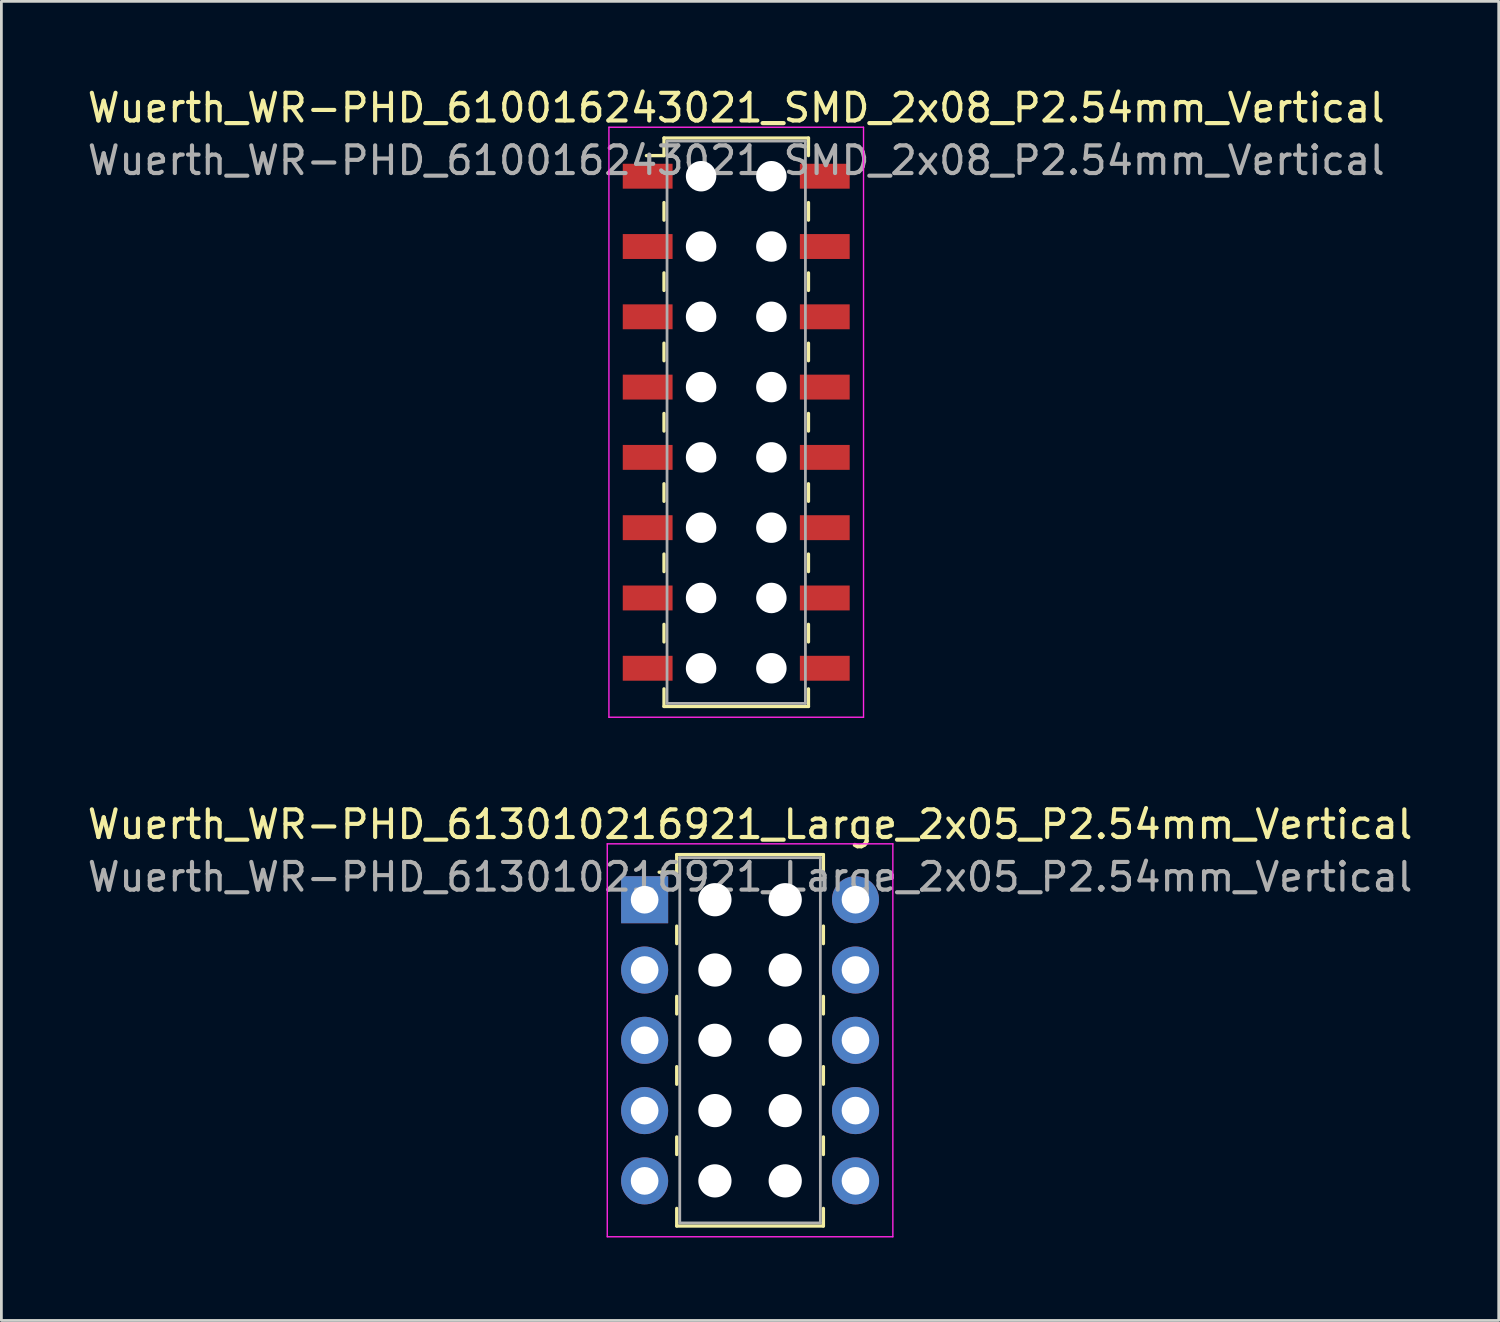
<source format=kicad_pcb>
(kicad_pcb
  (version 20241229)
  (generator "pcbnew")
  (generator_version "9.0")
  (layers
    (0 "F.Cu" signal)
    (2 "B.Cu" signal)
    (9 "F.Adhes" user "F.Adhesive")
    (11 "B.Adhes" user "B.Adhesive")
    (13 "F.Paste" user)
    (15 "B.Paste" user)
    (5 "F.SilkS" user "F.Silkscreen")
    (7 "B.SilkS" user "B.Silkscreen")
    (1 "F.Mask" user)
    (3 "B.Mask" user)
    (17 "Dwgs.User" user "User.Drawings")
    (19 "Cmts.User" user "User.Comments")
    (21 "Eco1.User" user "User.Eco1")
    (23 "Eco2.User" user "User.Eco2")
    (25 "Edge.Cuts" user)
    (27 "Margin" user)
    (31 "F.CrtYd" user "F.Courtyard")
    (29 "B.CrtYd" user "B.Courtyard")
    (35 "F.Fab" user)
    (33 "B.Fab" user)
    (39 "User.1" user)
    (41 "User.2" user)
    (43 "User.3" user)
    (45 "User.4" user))
  (footprint "Wuerth_WR-PHD_610016243021_SMD_2x08_P2.54mm_Vertical"
    (layer "F.Cu")
    (at 23.554 12.208)
    (property "Reference" "Wuerth_WR-PHD_610016243021_SMD_2x08_P2.54mm_Vertical" (at 0 -11.36 0) (layer "F.SilkS") (effects (font (size 1 1) (thickness 0.15))))
    (attr smd)
    (fp_line (start -2.61 -10.27) (end -2.61 -9.635) (stroke (width 0.12) (type solid)) (layer "F.SilkS"))
    (fp_line (start -2.61 -10.27) (end 2.61 -10.27) (stroke (width 0.12) (type solid)) (layer "F.SilkS"))
    (fp_line (start -2.61 -9.635) (end -3.245 -9.635) (stroke (width 0.12) (type solid)) (layer "F.SilkS"))
    (fp_line (start -2.61 -7.938) (end -2.61 -7.303) (stroke (width 0.12) (type solid)) (layer "F.SilkS"))
    (fp_line (start -2.61 -5.397) (end -2.61 -4.763) (stroke (width 0.12) (type solid)) (layer "F.SilkS"))
    (fp_line (start -2.61 -2.857) (end -2.61 -2.223) (stroke (width 0.12) (type solid)) (layer "F.SilkS"))
    (fp_line (start -2.61 -0.318) (end -2.61 0.318) (stroke (width 0.12) (type solid)) (layer "F.SilkS"))
    (fp_line (start -2.61 2.223) (end -2.61 2.857) (stroke (width 0.12) (type solid)) (layer "F.SilkS"))
    (fp_line (start -2.61 4.763) (end -2.61 5.397) (stroke (width 0.12) (type solid)) (layer "F.SilkS"))
    (fp_line (start -2.61 7.303) (end -2.61 7.938) (stroke (width 0.12) (type solid)) (layer "F.SilkS"))
    (fp_line (start -2.61 10.27) (end -2.61 9.635) (stroke (width 0.12) (type solid)) (layer "F.SilkS"))
    (fp_line (start -2.61 10.27) (end 2.61 10.27) (stroke (width 0.12) (type solid)) (layer "F.SilkS"))
    (fp_line (start 2.61 -10.27) (end 2.61 -9.635) (stroke (width 0.12) (type solid)) (layer "F.SilkS"))
    (fp_line (start 2.61 -7.938) (end 2.61 -7.303) (stroke (width 0.12) (type solid)) (layer "F.SilkS"))
    (fp_line (start 2.61 -5.397) (end 2.61 -4.763) (stroke (width 0.12) (type solid)) (layer "F.SilkS"))
    (fp_line (start 2.61 -2.857) (end 2.61 -2.223) (stroke (width 0.12) (type solid)) (layer "F.SilkS"))
    (fp_line (start 2.61 -0.318) (end 2.61 0.318) (stroke (width 0.12) (type solid)) (layer "F.SilkS"))
    (fp_line (start 2.61 2.223) (end 2.61 2.857) (stroke (width 0.12) (type solid)) (layer "F.SilkS"))
    (fp_line (start 2.61 4.763) (end 2.61 5.397) (stroke (width 0.12) (type solid)) (layer "F.SilkS"))
    (fp_line (start 2.61 7.303) (end 2.61 7.938) (stroke (width 0.12) (type solid)) (layer "F.SilkS"))
    (fp_line (start 2.61 10.27) (end 2.61 9.635) (stroke (width 0.12) (type solid)) (layer "F.SilkS"))
    (fp_line (start -4.6 -10.66) (end -4.6 10.66) (stroke (width 0.05) (type solid)) (layer "F.CrtYd"))
    (fp_line (start -4.6 10.66) (end 4.6 10.66) (stroke (width 0.05) (type solid)) (layer "F.CrtYd"))
    (fp_line (start 4.6 -10.66) (end -4.6 -10.66) (stroke (width 0.05) (type solid)) (layer "F.CrtYd"))
    (fp_line (start 4.6 10.66) (end 4.6 -10.66) (stroke (width 0.05) (type solid)) (layer "F.CrtYd"))
    (fp_line (start -2.5 -10.16) (end -2.5 10.16) (stroke (width 0.1) (type solid)) (layer "F.Fab"))
    (fp_line (start -2.5 10.16) (end 2.5 10.16) (stroke (width 0.1) (type solid)) (layer "F.Fab"))
    (fp_line (start 2.5 -10.16) (end -2.5 -10.16) (stroke (width 0.1) (type solid)) (layer "F.Fab"))
    (fp_line (start 2.5 10.16) (end 2.5 -10.16) (stroke (width 0.1) (type solid)) (layer "F.Fab"))
    (fp_text user "${REFERENCE}" (at 0 -9.46 0) (layer "F.Fab") (effects (font (size 1 1) (thickness 0.15))))
    (pad "" np_thru_hole circle (at -1.27 -8.89) (size 1.1 1.1) (drill 1.1) (layers "*.Cu" "*.Mask"))
    (pad "" np_thru_hole circle (at -1.27 -6.35) (size 1.1 1.1) (drill 1.1) (layers "*.Cu" "*.Mask"))
    (pad "" np_thru_hole circle (at -1.27 -3.81) (size 1.1 1.1) (drill 1.1) (layers "*.Cu" "*.Mask"))
    (pad "" np_thru_hole circle (at -1.27 -1.27) (size 1.1 1.1) (drill 1.1) (layers "*.Cu" "*.Mask"))
    (pad "" np_thru_hole circle (at -1.27 1.27) (size 1.1 1.1) (drill 1.1) (layers "*.Cu" "*.Mask"))
    (pad "" np_thru_hole circle (at -1.27 3.81) (size 1.1 1.1) (drill 1.1) (layers "*.Cu" "*.Mask"))
    (pad "" np_thru_hole circle (at -1.27 6.35) (size 1.1 1.1) (drill 1.1) (layers "*.Cu" "*.Mask"))
    (pad "" np_thru_hole circle (at -1.27 8.89) (size 1.1 1.1) (drill 1.1) (layers "*.Cu" "*.Mask"))
    (pad "" np_thru_hole circle (at 1.27 -8.89) (size 1.1 1.1) (drill 1.1) (layers "*.Cu" "*.Mask"))
    (pad "" np_thru_hole circle (at 1.27 -6.35) (size 1.1 1.1) (drill 1.1) (layers "*.Cu" "*.Mask"))
    (pad "" np_thru_hole circle (at 1.27 -3.81) (size 1.1 1.1) (drill 1.1) (layers "*.Cu" "*.Mask"))
    (pad "" np_thru_hole circle (at 1.27 -1.27) (size 1.1 1.1) (drill 1.1) (layers "*.Cu" "*.Mask"))
    (pad "" np_thru_hole circle (at 1.27 1.27) (size 1.1 1.1) (drill 1.1) (layers "*.Cu" "*.Mask"))
    (pad "" np_thru_hole circle (at 1.27 3.81) (size 1.1 1.1) (drill 1.1) (layers "*.Cu" "*.Mask"))
    (pad "" np_thru_hole circle (at 1.27 6.35) (size 1.1 1.1) (drill 1.1) (layers "*.Cu" "*.Mask"))
    (pad "" np_thru_hole circle (at 1.27 8.89) (size 1.1 1.1) (drill 1.1) (layers "*.Cu" "*.Mask"))
    (pad "1" smd rect (at -3.2 -8.89) (size 1.8 0.9) (layers "F.Cu" "F.Mask" "F.Paste"))
    (pad "2" smd rect (at 3.2 -8.89) (size 1.8 0.9) (layers "F.Cu" "F.Mask" "F.Paste"))
    (pad "3" smd rect (at -3.2 -6.35) (size 1.8 0.9) (layers "F.Cu" "F.Mask" "F.Paste"))
    (pad "4" smd rect (at 3.2 -6.35) (size 1.8 0.9) (layers "F.Cu" "F.Mask" "F.Paste"))
    (pad "5" smd rect (at -3.2 -3.81) (size 1.8 0.9) (layers "F.Cu" "F.Mask" "F.Paste"))
    (pad "6" smd rect (at 3.2 -3.81) (size 1.8 0.9) (layers "F.Cu" "F.Mask" "F.Paste"))
    (pad "7" smd rect (at -3.2 -1.27) (size 1.8 0.9) (layers "F.Cu" "F.Mask" "F.Paste"))
    (pad "8" smd rect (at 3.2 -1.27) (size 1.8 0.9) (layers "F.Cu" "F.Mask" "F.Paste"))
    (pad "9" smd rect (at -3.2 1.27) (size 1.8 0.9) (layers "F.Cu" "F.Mask" "F.Paste"))
    (pad "10" smd rect (at 3.2 1.27) (size 1.8 0.9) (layers "F.Cu" "F.Mask" "F.Paste"))
    (pad "11" smd rect (at -3.2 3.81) (size 1.8 0.9) (layers "F.Cu" "F.Mask" "F.Paste"))
    (pad "12" smd rect (at 3.2 3.81) (size 1.8 0.9) (layers "F.Cu" "F.Mask" "F.Paste"))
    (pad "13" smd rect (at -3.2 6.35) (size 1.8 0.9) (layers "F.Cu" "F.Mask" "F.Paste"))
    (pad "14" smd rect (at 3.2 6.35) (size 1.8 0.9) (layers "F.Cu" "F.Mask" "F.Paste"))
    (pad "15" smd rect (at -3.2 8.89) (size 1.8 0.9) (layers "F.Cu" "F.Mask" "F.Paste"))
    (pad "16" smd rect (at 3.2 8.89) (size 1.8 0.9) (layers "F.Cu" "F.Mask" "F.Paste")))
  (footprint "Wuerth_WR-PHD_613010216921_Large_2x05_P2.54mm_Vertical"
    (layer "F.Cu")
    (at 20.244 29.462)
    (property "Reference" "Wuerth_WR-PHD_613010216921_Large_2x05_P2.54mm_Vertical" (at 3.81 -2.72 0) (layer "F.SilkS") (effects (font (size 1 1) (thickness 0.15))))
    (attr through_hole)
    (fp_line (start 1.16 -1.63) (end 1.16 -0.995) (stroke (width 0.12) (type solid)) (layer "F.SilkS"))
    (fp_line (start 1.16 -1.63) (end 6.46 -1.63) (stroke (width 0.12) (type solid)) (layer "F.SilkS"))
    (fp_line (start 1.16 -0.995) (end 0.525 -0.995) (stroke (width 0.12) (type solid)) (layer "F.SilkS"))
    (fp_line (start 1.16 0.953) (end 1.16 1.587) (stroke (width 0.12) (type solid)) (layer "F.SilkS"))
    (fp_line (start 1.16 3.493) (end 1.16 4.128) (stroke (width 0.12) (type solid)) (layer "F.SilkS"))
    (fp_line (start 1.16 6.032) (end 1.16 6.668) (stroke (width 0.12) (type solid)) (layer "F.SilkS"))
    (fp_line (start 1.16 8.572) (end 1.16 9.207) (stroke (width 0.12) (type solid)) (layer "F.SilkS"))
    (fp_line (start 1.16 11.79) (end 1.16 11.155) (stroke (width 0.12) (type solid)) (layer "F.SilkS"))
    (fp_line (start 1.16 11.79) (end 6.46 11.79) (stroke (width 0.12) (type solid)) (layer "F.SilkS"))
    (fp_line (start 6.46 -1.63) (end 6.46 -0.995) (stroke (width 0.12) (type solid)) (layer "F.SilkS"))
    (fp_line (start 6.46 0.953) (end 6.46 1.587) (stroke (width 0.12) (type solid)) (layer "F.SilkS"))
    (fp_line (start 6.46 3.493) (end 6.46 4.128) (stroke (width 0.12) (type solid)) (layer "F.SilkS"))
    (fp_line (start 6.46 6.032) (end 6.46 6.668) (stroke (width 0.12) (type solid)) (layer "F.SilkS"))
    (fp_line (start 6.46 8.572) (end 6.46 9.207) (stroke (width 0.12) (type solid)) (layer "F.SilkS"))
    (fp_line (start 6.46 11.79) (end 6.46 11.155) (stroke (width 0.12) (type solid)) (layer "F.SilkS"))
    (fp_line (start -1.35 -2.02) (end -1.35 12.18) (stroke (width 0.05) (type solid)) (layer "F.CrtYd"))
    (fp_line (start -1.35 12.18) (end 8.97 12.18) (stroke (width 0.05) (type solid)) (layer "F.CrtYd"))
    (fp_line (start 8.97 -2.02) (end -1.35 -2.02) (stroke (width 0.05) (type solid)) (layer "F.CrtYd"))
    (fp_line (start 8.97 12.18) (end 8.97 -2.02) (stroke (width 0.05) (type solid)) (layer "F.CrtYd"))
    (fp_line (start 1.27 -1.52) (end 1.27 11.68) (stroke (width 0.1) (type solid)) (layer "F.Fab"))
    (fp_line (start 1.27 11.68) (end 6.35 11.68) (stroke (width 0.1) (type solid)) (layer "F.Fab"))
    (fp_line (start 6.35 -1.52) (end 1.27 -1.52) (stroke (width 0.1) (type solid)) (layer "F.Fab"))
    (fp_line (start 6.35 11.68) (end 6.35 -1.52) (stroke (width 0.1) (type solid)) (layer "F.Fab"))
    (fp_text user "${REFERENCE}" (at 3.81 -0.82 0) (layer "F.Fab") (effects (font (size 1 1) (thickness 0.15))))
    (pad "" np_thru_hole circle (at 2.54 0) (size 1.2 1.2) (drill 1.2) (layers "*.Cu" "*.Mask"))
    (pad "" np_thru_hole circle (at 2.54 2.54) (size 1.2 1.2) (drill 1.2) (layers "*.Cu" "*.Mask"))
    (pad "" np_thru_hole circle (at 2.54 5.08) (size 1.2 1.2) (drill 1.2) (layers "*.Cu" "*.Mask"))
    (pad "" np_thru_hole circle (at 2.54 7.62) (size 1.2 1.2) (drill 1.2) (layers "*.Cu" "*.Mask"))
    (pad "" np_thru_hole circle (at 2.54 10.16) (size 1.2 1.2) (drill 1.2) (layers "*.Cu" "*.Mask"))
    (pad "" np_thru_hole circle (at 5.08 0) (size 1.2 1.2) (drill 1.2) (layers "*.Cu" "*.Mask"))
    (pad "" np_thru_hole circle (at 5.08 2.54) (size 1.2 1.2) (drill 1.2) (layers "*.Cu" "*.Mask"))
    (pad "" np_thru_hole circle (at 5.08 5.08) (size 1.2 1.2) (drill 1.2) (layers "*.Cu" "*.Mask"))
    (pad "" np_thru_hole circle (at 5.08 7.62) (size 1.2 1.2) (drill 1.2) (layers "*.Cu" "*.Mask"))
    (pad "" np_thru_hole circle (at 5.08 10.16) (size 1.2 1.2) (drill 1.2) (layers "*.Cu" "*.Mask"))
    (pad "1" thru_hole rect (at 0 0) (size 1.7 1.7) (drill 1) (layers "*.Cu" "*.Mask"))
    (pad "2" thru_hole circle (at 7.62 0) (size 1.7 1.7) (drill 1) (layers "*.Cu" "*.Mask"))
    (pad "3" thru_hole circle (at 0 2.54) (size 1.7 1.7) (drill 1) (layers "*.Cu" "*.Mask"))
    (pad "4" thru_hole circle (at 7.62 2.54) (size 1.7 1.7) (drill 1) (layers "*.Cu" "*.Mask"))
    (pad "5" thru_hole circle (at 0 5.08) (size 1.7 1.7) (drill 1) (layers "*.Cu" "*.Mask"))
    (pad "6" thru_hole circle (at 7.62 5.08) (size 1.7 1.7) (drill 1) (layers "*.Cu" "*.Mask"))
    (pad "7" thru_hole circle (at 0 7.62) (size 1.7 1.7) (drill 1) (layers "*.Cu" "*.Mask"))
    (pad "8" thru_hole circle (at 7.62 7.62) (size 1.7 1.7) (drill 1) (layers "*.Cu" "*.Mask"))
    (pad "9" thru_hole circle (at 0 10.16) (size 1.7 1.7) (drill 1) (layers "*.Cu" "*.Mask"))
    (pad "10" thru_hole circle (at 7.62 10.16) (size 1.7 1.7) (drill 1) (layers "*.Cu" "*.Mask")))
  (gr_rect
    (start -3 -3)
    (end 51.107 44.666)
    (stroke (width 0.1) (type default))
    (fill no)
    (layer "Edge.Cuts")))
</source>
